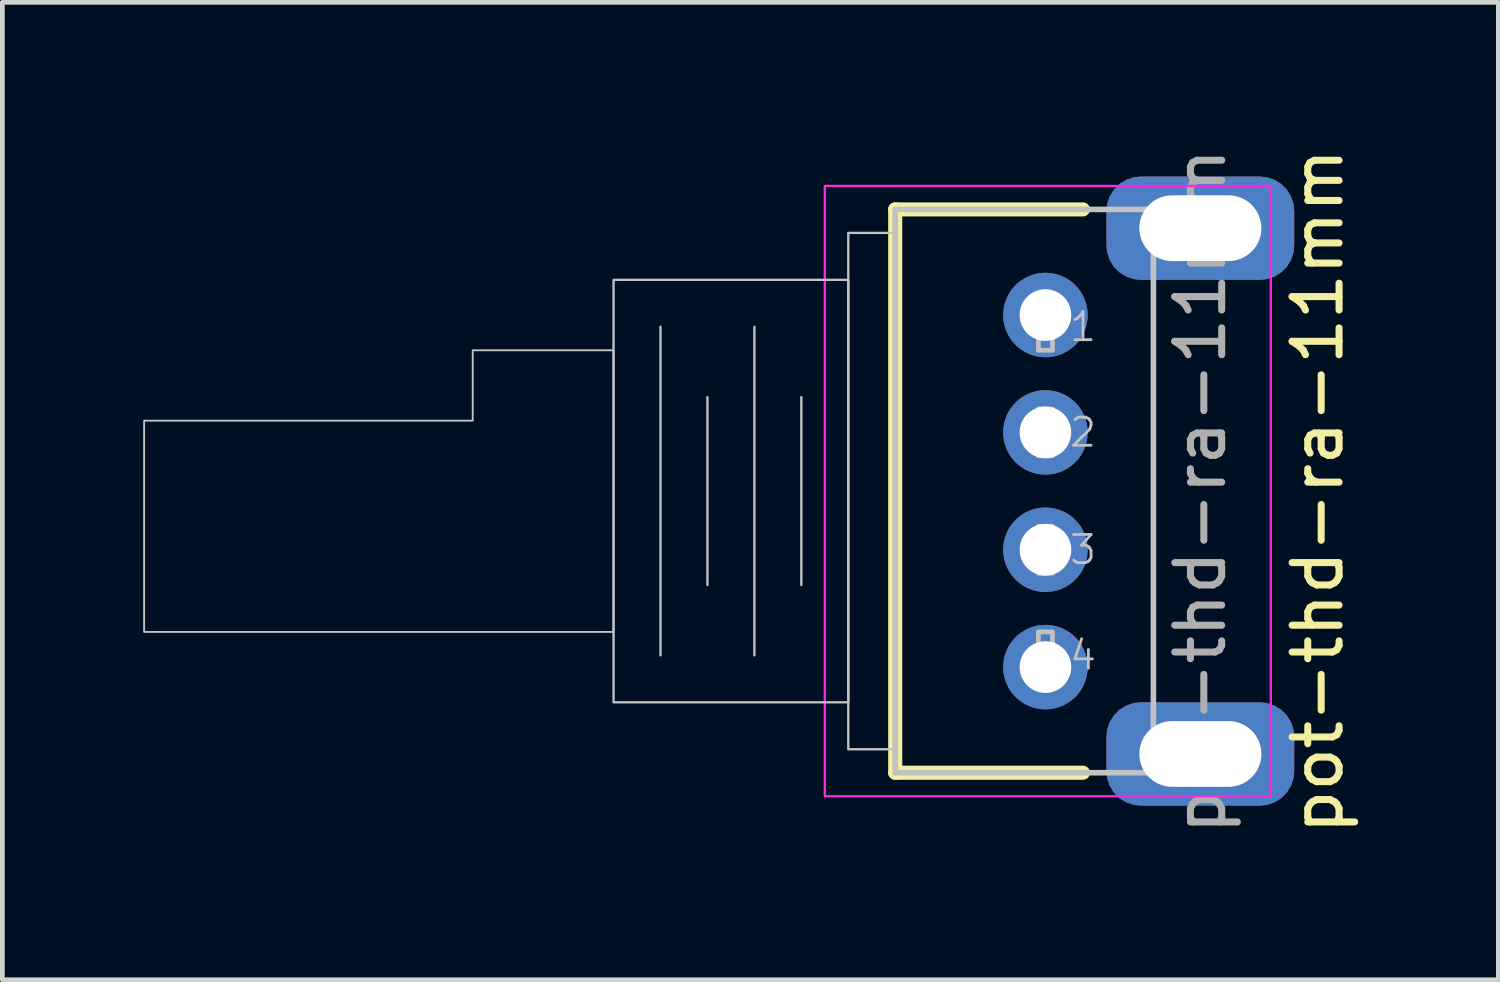
<source format=kicad_pcb>
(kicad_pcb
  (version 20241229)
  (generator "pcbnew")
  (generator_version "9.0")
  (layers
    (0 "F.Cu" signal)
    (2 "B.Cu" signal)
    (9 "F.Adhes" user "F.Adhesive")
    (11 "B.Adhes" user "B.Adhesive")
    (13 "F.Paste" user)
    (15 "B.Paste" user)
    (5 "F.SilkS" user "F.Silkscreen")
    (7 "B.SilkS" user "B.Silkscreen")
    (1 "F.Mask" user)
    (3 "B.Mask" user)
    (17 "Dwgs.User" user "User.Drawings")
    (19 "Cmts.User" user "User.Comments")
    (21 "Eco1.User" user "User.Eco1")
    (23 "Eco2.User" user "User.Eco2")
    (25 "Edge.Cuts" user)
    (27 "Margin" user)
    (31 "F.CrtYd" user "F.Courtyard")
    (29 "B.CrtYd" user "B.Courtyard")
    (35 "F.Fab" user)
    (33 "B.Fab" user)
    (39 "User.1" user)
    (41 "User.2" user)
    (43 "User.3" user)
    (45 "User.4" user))
  (footprint "pot-thd-ra-11mm"
    (layer "F.Cu")
    (at 22.52 7.411)
    (property "Reference" "pot-thd-ra-11mm" (at 2.5 0 90) (unlocked yes) (layer "F.SilkS") (effects (font (size 1 1) (thickness 0.15))))
    (attr through_hole)
    (fp_line (start -6.5 -6) (end -6.5 6) (stroke (width 0.3) (type default)) (layer "F.SilkS"))
    (fp_line (start -6.5 6) (end -2.5 6) (stroke (width 0.3) (type default)) (layer "F.SilkS"))
    (fp_line (start -2.5 -6) (end -6.5 -6) (stroke (width 0.3) (type default)) (layer "F.SilkS"))
    (fp_line (start -11.5 -3.5) (end -11.5 3.5) (stroke (width 0.05) (type default)) (layer "Dwgs.User"))
    (fp_line (start -10.5 -2) (end -10.5 2) (stroke (width 0.05) (type default)) (layer "Dwgs.User"))
    (fp_line (start -9.5 -3.5) (end -9.5 3.5) (stroke (width 0.05) (type default)) (layer "Dwgs.User"))
    (fp_line (start -8.5 -2) (end -8.5 2) (stroke (width 0.05) (type default)) (layer "Dwgs.User"))
    (fp_rect (start -12.5 -4.5) (end -7.5 4.5) (stroke (width 0.05) (type solid)) (fill no) (layer "Dwgs.User"))
    (fp_rect (start -7.5 -5.5) (end -6.5 5.5) (stroke (width 0.05) (type solid)) (fill no) (layer "Dwgs.User"))
    (fp_rect (start -3.45 -4) (end -3.15 -3) (stroke (width 0.1) (type solid)) (fill no) (layer "Dwgs.User"))
    (fp_rect (start -3.45 -1.75) (end -3.15 -0.75) (stroke (width 0.1) (type solid)) (fill no) (layer "Dwgs.User"))
    (fp_rect (start -3.45 0.75) (end -3.15 1.75) (stroke (width 0.1) (type solid)) (fill no) (layer "Dwgs.User"))
    (fp_rect (start -3.45 3) (end -3.15 4) (stroke (width 0.1) (type solid)) (fill no) (layer "Dwgs.User"))
    (fp_rect (start -1 -6) (end 1 -5.2) (stroke (width 0.1) (type default)) (fill no) (layer "Dwgs.User"))
    (fp_rect (start -1 5.2) (end 1 6) (stroke (width 0.1) (type default)) (fill no) (layer "Dwgs.User"))
    (fp_poly (pts (xy -22.5 -1.5) (xy -15.5 -1.5) (xy -15.5 -3) (xy -12.5 -3) (xy -12.5 3) (xy -22.5 3)) (stroke (width 0.04) (type solid)) (fill no) (layer "Dwgs.User"))
    (fp_poly (pts (xy 1 -6) (xy -6.5 -6) (xy -6.5 6) (xy 1 6) (xy 1 5.2) (xy -1 5.2) (xy -1 -5.2) (xy 1 -5.2)) (stroke (width 0.12) (type solid)) (fill no) (layer "Dwgs.User"))
    (fp_rect (start -8 -6.5) (end 1.5 6.5) (stroke (width 0.05) (type solid)) (fill no) (layer "F.CrtYd"))
    (fp_text user "3" (at -2.5 1.25 0) (unlocked yes) (layer "Dwgs.User") (effects (font (size 0.6 0.6) (thickness 0.06))))
    (fp_text user "4" (at -2.5 3.5 0) (unlocked yes) (layer "Dwgs.User") (effects (font (size 0.6 0.6) (thickness 0.06))))
    (fp_text user "2" (at -2.5 -1.25 0) (unlocked yes) (layer "Dwgs.User") (effects (font (size 0.6 0.6) (thickness 0.06))))
    (fp_text user "1" (at -2.5 -3.5 0) (unlocked yes) (layer "Dwgs.User") (effects (font (size 0.6 0.6) (thickness 0.06))))
    (fp_text user "${REFERENCE}" (at 0 0 90) (unlocked yes) (layer "F.Fab") (effects (font (size 1 1) (thickness 0.15))))
    (pad "1" thru_hole circle (at -3.3 -3.75 90) (size 1.8 1.8) (drill 1.1) (layers "*.Cu" "*.Mask"))
    (pad "2" thru_hole circle (at -3.3 -1.25 90) (size 1.8 1.8) (drill 1.1) (layers "*.Cu" "*.Mask"))
    (pad "3" thru_hole circle (at -3.3 1.25 90) (size 1.8 1.8) (drill 1.1) (layers "*.Cu" "*.Mask"))
    (pad "4" thru_hole circle (at -3.3 3.75 90) (size 1.8 1.8) (drill 1.1) (layers "*.Cu" "*.Mask"))
    (pad "MP" thru_hole roundrect (at 0 -5.6) (size 4 2.2) (drill oval 2.6 1.4) (layers "*.Cu" "*.Mask") (roundrect_rratio 0.333))
    (pad "MP" thru_hole roundrect (at 0 5.6) (size 4 2.2) (drill oval 2.6 1.4) (layers "*.Cu" "*.Mask") (roundrect_rratio 0.333)))
  (gr_rect
    (start -3 -3)
    (end 28.868 17.821)
    (stroke (width 0.1) (type default))
    (fill no)
    (layer "Edge.Cuts")))
</source>
